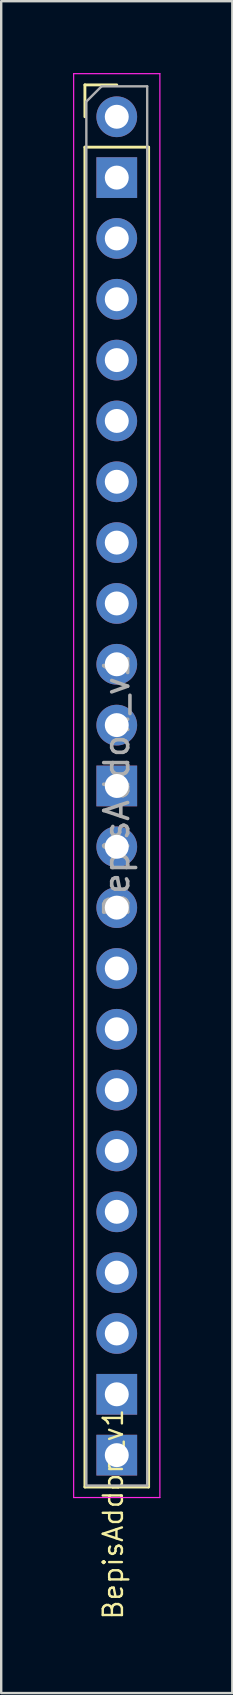
<source format=kicad_pcb>
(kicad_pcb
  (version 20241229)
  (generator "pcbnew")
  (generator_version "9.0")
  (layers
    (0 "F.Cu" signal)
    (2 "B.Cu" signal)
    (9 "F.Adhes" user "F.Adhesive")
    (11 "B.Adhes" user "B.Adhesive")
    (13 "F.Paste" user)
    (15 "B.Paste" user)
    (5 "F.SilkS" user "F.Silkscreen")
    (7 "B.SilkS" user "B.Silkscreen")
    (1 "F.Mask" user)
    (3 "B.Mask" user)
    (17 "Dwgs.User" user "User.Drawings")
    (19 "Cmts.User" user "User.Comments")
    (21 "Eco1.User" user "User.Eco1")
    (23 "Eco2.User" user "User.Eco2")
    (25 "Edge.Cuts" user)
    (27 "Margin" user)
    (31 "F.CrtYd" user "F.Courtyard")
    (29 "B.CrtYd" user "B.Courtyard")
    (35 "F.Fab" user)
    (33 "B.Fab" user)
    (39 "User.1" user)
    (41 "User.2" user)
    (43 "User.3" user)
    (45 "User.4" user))
  (footprint "BepisAddon_v1"
    (layer "F.Cu")
    (at 1.825 1.825)
    (property "Reference" "BepisAddon_v1" (at -0.15 58.345 270) (layer "F.SilkS") (effects (font (size 0.8 0.8) (thickness 0.1))))
    (attr through_hole)
    (fp_line (start -1.33 -1.33) (end 0 -1.33) (stroke (width 0.12) (type solid)) (layer "F.SilkS"))
    (fp_line (start -1.33 0) (end -1.33 -1.33) (stroke (width 0.12) (type solid)) (layer "F.SilkS"))
    (fp_line (start -1.33 1.27) (end -1.33 57.21) (stroke (width 0.12) (type solid)) (layer "F.SilkS"))
    (fp_line (start -1.33 1.27) (end 1.33 1.27) (stroke (width 0.12) (type solid)) (layer "F.SilkS"))
    (fp_line (start -1.33 57.21) (end 1.33 57.21) (stroke (width 0.12) (type solid)) (layer "F.SilkS"))
    (fp_line (start 1.33 1.27) (end 1.33 57.21) (stroke (width 0.12) (type solid)) (layer "F.SilkS"))
    (fp_line (start -1.8 -1.8) (end -1.8 57.65) (stroke (width 0.05) (type solid)) (layer "F.CrtYd"))
    (fp_line (start -1.8 57.65) (end 1.8 57.65) (stroke (width 0.05) (type solid)) (layer "F.CrtYd"))
    (fp_line (start 1.8 -1.8) (end -1.8 -1.8) (stroke (width 0.05) (type solid)) (layer "F.CrtYd"))
    (fp_line (start 1.8 57.65) (end 1.8 -1.8) (stroke (width 0.05) (type solid)) (layer "F.CrtYd"))
    (fp_line (start -1.27 -0.635) (end -0.635 -1.27) (stroke (width 0.1) (type solid)) (layer "F.Fab"))
    (fp_line (start -1.27 57.15) (end -1.27 -0.635) (stroke (width 0.1) (type solid)) (layer "F.Fab"))
    (fp_line (start -0.635 -1.27) (end 1.27 -1.27) (stroke (width 0.1) (type solid)) (layer "F.Fab"))
    (fp_line (start 1.27 -1.27) (end 1.27 57.15) (stroke (width 0.1) (type solid)) (layer "F.Fab"))
    (fp_line (start 1.27 57.15) (end -1.27 57.15) (stroke (width 0.1) (type solid)) (layer "F.Fab"))
    (fp_text user "${REFERENCE}" (at 0 27.94 270) (layer "F.Fab") (effects (font (size 1 1) (thickness 0.15))))
    (pad "1" thru_hole circle (at 0 0) (size 1.7 1.7) (drill 1) (layers "*.Cu" "*.Mask"))
    (pad "2" thru_hole rect (at 0 2.54) (size 1.7 1.7) (drill 1) (layers "*.Cu" "*.Mask"))
    (pad "3" thru_hole oval (at 0 5.08) (size 1.7 1.7) (drill 1) (layers "*.Cu" "*.Mask"))
    (pad "4" thru_hole oval (at 0 7.62) (size 1.7 1.7) (drill 1) (layers "*.Cu" "*.Mask"))
    (pad "5" thru_hole oval (at 0 10.16) (size 1.7 1.7) (drill 1) (layers "*.Cu" "*.Mask"))
    (pad "6" thru_hole oval (at 0 12.7) (size 1.7 1.7) (drill 1) (layers "*.Cu" "*.Mask"))
    (pad "7" thru_hole oval (at 0 15.24) (size 1.7 1.7) (drill 1) (layers "*.Cu" "*.Mask"))
    (pad "8" thru_hole oval (at 0 17.78) (size 1.7 1.7) (drill 1) (layers "*.Cu" "*.Mask"))
    (pad "9" thru_hole oval (at 0 20.32) (size 1.7 1.7) (drill 1) (layers "*.Cu" "*.Mask"))
    (pad "10" thru_hole oval (at 0 22.86) (size 1.7 1.7) (drill 1) (layers "*.Cu" "*.Mask"))
    (pad "11" thru_hole oval (at 0 25.4) (size 1.7 1.7) (drill 1) (layers "*.Cu" "*.Mask"))
    (pad "12" thru_hole rect (at 0 27.94) (size 1.7 1.7) (drill 1) (layers "*.Cu" "*.Mask"))
    (pad "13" thru_hole oval (at 0 30.48) (size 1.7 1.7) (drill 1) (layers "*.Cu" "*.Mask"))
    (pad "14" thru_hole oval (at 0 33.02) (size 1.7 1.7) (drill 1) (layers "*.Cu" "*.Mask"))
    (pad "15" thru_hole oval (at 0 35.56) (size 1.7 1.7) (drill 1) (layers "*.Cu" "*.Mask"))
    (pad "16" thru_hole oval (at 0 38.1) (size 1.7 1.7) (drill 1) (layers "*.Cu" "*.Mask"))
    (pad "17" thru_hole oval (at 0 40.64) (size 1.7 1.7) (drill 1) (layers "*.Cu" "*.Mask"))
    (pad "18" thru_hole oval (at 0 43.18) (size 1.7 1.7) (drill 1) (layers "*.Cu" "*.Mask"))
    (pad "19" thru_hole oval (at 0 45.72) (size 1.7 1.7) (drill 1) (layers "*.Cu" "*.Mask"))
    (pad "20" thru_hole oval (at 0 48.26) (size 1.7 1.7) (drill 1) (layers "*.Cu" "*.Mask"))
    (pad "21" thru_hole oval (at 0 50.8) (size 1.7 1.7) (drill 1) (layers "*.Cu" "*.Mask"))
    (pad "22" thru_hole rect (at 0 53.34) (size 1.7 1.7) (drill 1) (layers "*.Cu" "*.Mask"))
    (pad "23" thru_hole rect (at 0 55.88) (size 1.7 1.7) (drill 1) (layers "*.Cu" "*.Mask")))
  (gr_rect
    (start -3 -3)
    (end 6.65 67.64)
    (stroke (width 0.1) (type default))
    (fill no)
    (layer "Edge.Cuts")))
</source>
